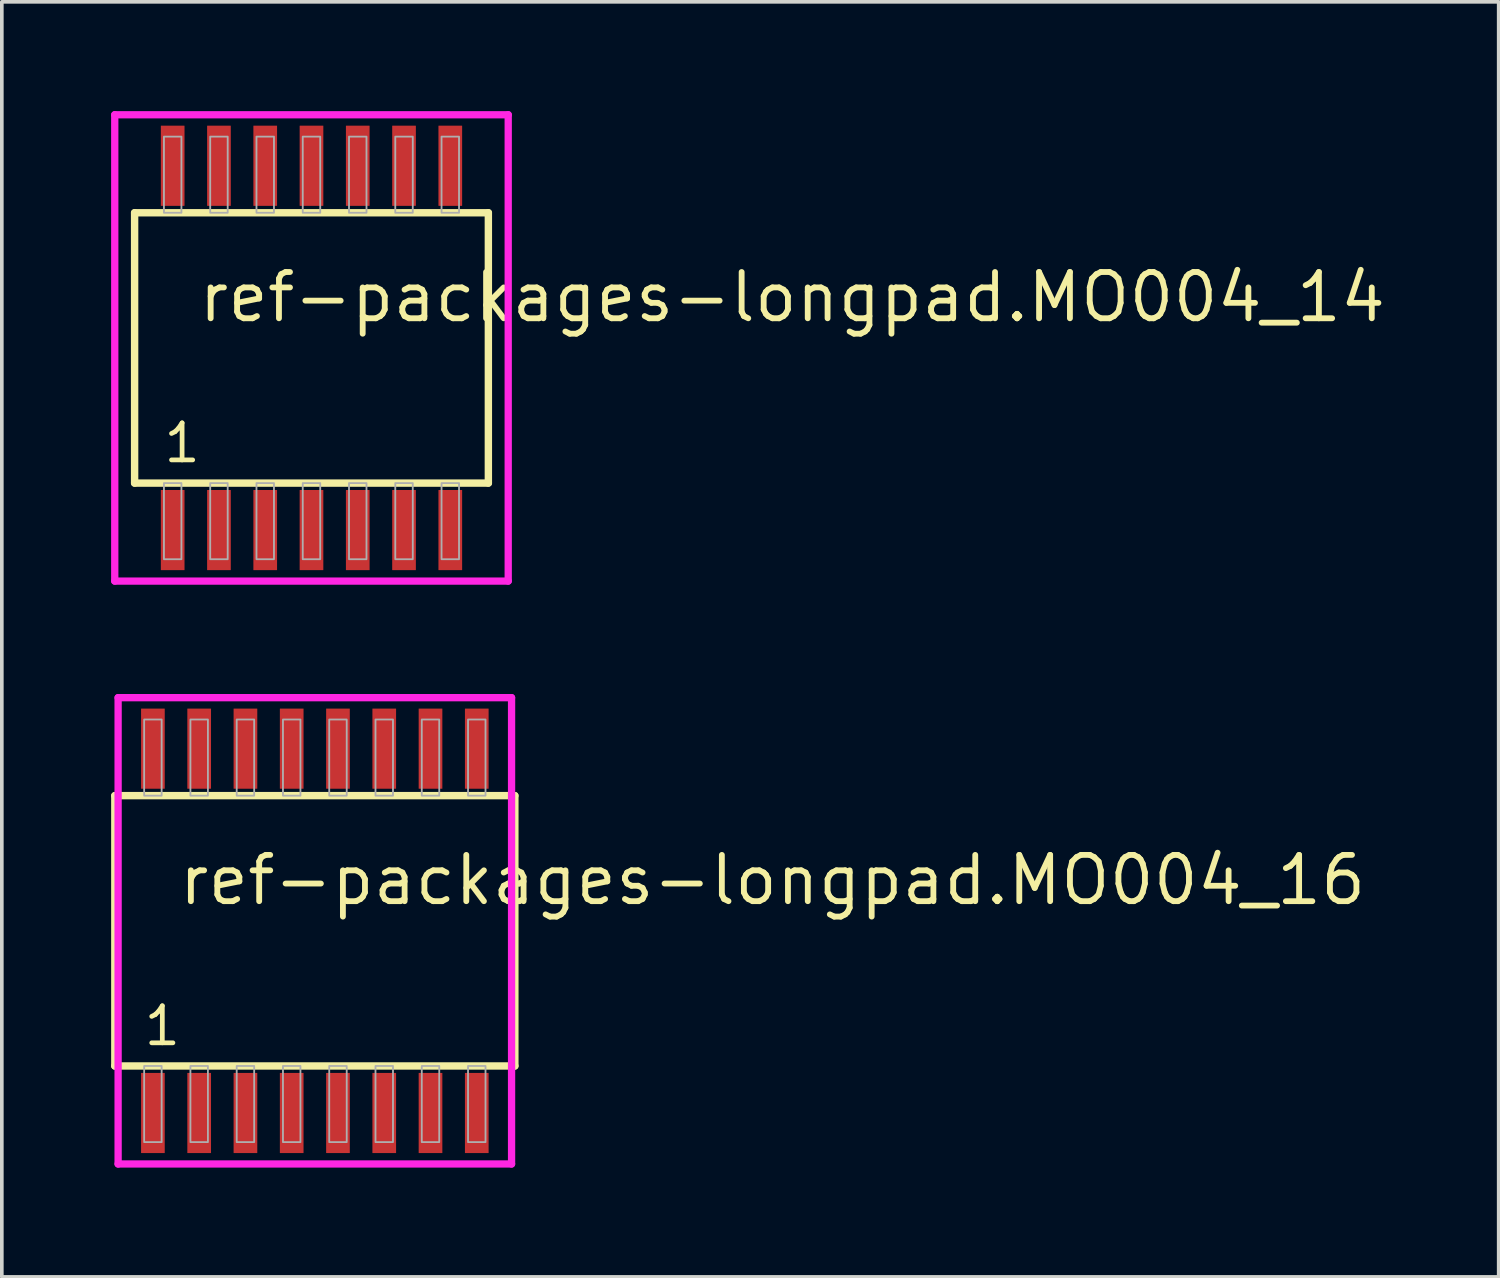
<source format=kicad_pcb>
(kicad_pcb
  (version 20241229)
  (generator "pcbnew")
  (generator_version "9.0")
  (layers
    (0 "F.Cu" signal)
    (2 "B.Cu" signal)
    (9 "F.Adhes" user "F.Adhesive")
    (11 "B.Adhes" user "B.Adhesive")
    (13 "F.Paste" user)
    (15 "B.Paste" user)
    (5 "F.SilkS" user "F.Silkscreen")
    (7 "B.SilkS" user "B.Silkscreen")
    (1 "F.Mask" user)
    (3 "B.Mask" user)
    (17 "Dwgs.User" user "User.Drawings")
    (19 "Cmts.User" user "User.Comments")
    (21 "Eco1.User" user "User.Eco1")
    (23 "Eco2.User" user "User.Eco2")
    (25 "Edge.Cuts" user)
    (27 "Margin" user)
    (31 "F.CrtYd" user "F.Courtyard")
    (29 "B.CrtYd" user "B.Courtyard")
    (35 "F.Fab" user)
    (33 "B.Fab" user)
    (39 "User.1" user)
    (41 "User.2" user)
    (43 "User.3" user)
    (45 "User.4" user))
  (footprint "ref-packages-longpad.MO004_14"
    (layer "F.Cu")
    (at 5.5 6.5)
    (property "Reference" "ref-packages-longpad.MO004_14" (at -3.175 -0.65 0) (layer "F.SilkS") (effects (font (size 1.27 1.27) (thickness 0.16)) (justify left bottom)))
    (attr smd)
    (fp_line (start -4.855 -3.71) (end 4.855 -3.71) (stroke (width 0.203) (type default)) (layer "F.SilkS"))
    (fp_line (start -4.855 3.71) (end -4.855 -3.71) (stroke (width 0.203) (type default)) (layer "F.SilkS"))
    (fp_line (start 4.855 -3.71) (end 4.855 3.71) (stroke (width 0.203) (type default)) (layer "F.SilkS"))
    (fp_line (start 4.855 3.71) (end -4.855 3.71) (stroke (width 0.203) (type default)) (layer "F.SilkS"))
    (fp_line (start -5.4 -6.4) (end 5.4 -6.4) (stroke (width 0.2) (type default)) (layer "F.CrtYd"))
    (fp_line (start -5.4 6.4) (end -5.4 -6.4) (stroke (width 0.2) (type default)) (layer "F.CrtYd"))
    (fp_line (start 5.4 -6.4) (end 5.4 6.4) (stroke (width 0.2) (type default)) (layer "F.CrtYd"))
    (fp_line (start 5.4 6.4) (end -5.4 6.4) (stroke (width 0.2) (type default)) (layer "F.CrtYd"))
    (fp_rect (start -4.05 -3.71) (end -3.57 -5.8) (stroke (width 0.05) (type default)) (fill no) (layer "F.Fab"))
    (fp_rect (start -4.05 5.8) (end -3.57 3.71) (stroke (width 0.05) (type default)) (fill no) (layer "F.Fab"))
    (fp_rect (start -2.78 -3.71) (end -2.3 -5.8) (stroke (width 0.05) (type default)) (fill no) (layer "F.Fab"))
    (fp_rect (start -2.78 5.8) (end -2.3 3.71) (stroke (width 0.05) (type default)) (fill no) (layer "F.Fab"))
    (fp_rect (start -1.51 -3.71) (end -1.03 -5.8) (stroke (width 0.05) (type default)) (fill no) (layer "F.Fab"))
    (fp_rect (start -1.51 5.8) (end -1.03 3.71) (stroke (width 0.05) (type default)) (fill no) (layer "F.Fab"))
    (fp_rect (start -0.24 -3.71) (end 0.24 -5.8) (stroke (width 0.05) (type default)) (fill no) (layer "F.Fab"))
    (fp_rect (start -0.24 5.8) (end 0.24 3.71) (stroke (width 0.05) (type default)) (fill no) (layer "F.Fab"))
    (fp_rect (start 1.03 -3.71) (end 1.51 -5.8) (stroke (width 0.05) (type default)) (fill no) (layer "F.Fab"))
    (fp_rect (start 1.03 5.8) (end 1.51 3.71) (stroke (width 0.05) (type default)) (fill no) (layer "F.Fab"))
    (fp_rect (start 2.3 -3.71) (end 2.78 -5.8) (stroke (width 0.05) (type default)) (fill no) (layer "F.Fab"))
    (fp_rect (start 2.3 5.8) (end 2.78 3.71) (stroke (width 0.05) (type default)) (fill no) (layer "F.Fab"))
    (fp_rect (start 3.57 -3.71) (end 4.05 -5.8) (stroke (width 0.05) (type default)) (fill no) (layer "F.Fab"))
    (fp_rect (start 3.57 5.8) (end 4.05 3.71) (stroke (width 0.05) (type default)) (fill no) (layer "F.Fab"))
    (fp_text user "1" (at -4.121 3.205 0) (layer "F.SilkS") (effects (font (size 1.016 1.016) (thickness 0.13)) (justify left bottom)))
    (pad "1" smd roundrect (at -3.81 5) (size 0.65 2.2) (layers "F.Cu" "F.Mask" "F.Paste") (roundrect_rratio 0.01))
    (pad "2" smd roundrect (at -2.54 5) (size 0.65 2.2) (layers "F.Cu" "F.Mask" "F.Paste") (roundrect_rratio 0.01))
    (pad "3" smd roundrect (at -1.27 5) (size 0.65 2.2) (layers "F.Cu" "F.Mask" "F.Paste") (roundrect_rratio 0.01))
    (pad "4" smd roundrect (at 0 5) (size 0.65 2.2) (layers "F.Cu" "F.Mask" "F.Paste") (roundrect_rratio 0.01))
    (pad "5" smd roundrect (at 1.27 5) (size 0.65 2.2) (layers "F.Cu" "F.Mask" "F.Paste") (roundrect_rratio 0.01))
    (pad "6" smd roundrect (at 2.54 5) (size 0.65 2.2) (layers "F.Cu" "F.Mask" "F.Paste") (roundrect_rratio 0.01))
    (pad "7" smd roundrect (at 3.81 5) (size 0.65 2.2) (layers "F.Cu" "F.Mask" "F.Paste") (roundrect_rratio 0.01))
    (pad "8" smd roundrect (at 3.81 -5) (size 0.65 2.2) (layers "F.Cu" "F.Mask" "F.Paste") (roundrect_rratio 0.01))
    (pad "9" smd roundrect (at 2.54 -5) (size 0.65 2.2) (layers "F.Cu" "F.Mask" "F.Paste") (roundrect_rratio 0.01))
    (pad "10" smd roundrect (at 1.27 -5) (size 0.65 2.2) (layers "F.Cu" "F.Mask" "F.Paste") (roundrect_rratio 0.01))
    (pad "11" smd roundrect (at 0 -5) (size 0.65 2.2) (layers "F.Cu" "F.Mask" "F.Paste") (roundrect_rratio 0.01))
    (pad "12" smd roundrect (at -1.27 -5) (size 0.65 2.2) (layers "F.Cu" "F.Mask" "F.Paste") (roundrect_rratio 0.01))
    (pad "13" smd roundrect (at -2.54 -5) (size 0.65 2.2) (layers "F.Cu" "F.Mask" "F.Paste") (roundrect_rratio 0.01))
    (pad "14" smd roundrect (at -3.81 -5) (size 0.65 2.2) (layers "F.Cu" "F.Mask" "F.Paste") (roundrect_rratio 0.01)))
  (footprint "ref-packages-longpad.MO004_16"
    (layer "F.Cu")
    (at 5.592 22.5)
    (property "Reference" "ref-packages-longpad.MO004_16" (at -3.81 -0.65 0) (layer "F.SilkS") (effects (font (size 1.27 1.27) (thickness 0.16)) (justify left bottom)))
    (attr smd)
    (fp_line (start -5.49 -3.71) (end 5.49 -3.71) (stroke (width 0.203) (type default)) (layer "F.SilkS"))
    (fp_line (start -5.49 3.71) (end -5.49 -3.71) (stroke (width 0.203) (type default)) (layer "F.SilkS"))
    (fp_line (start 5.49 -3.71) (end 5.49 3.71) (stroke (width 0.203) (type default)) (layer "F.SilkS"))
    (fp_line (start 5.49 3.71) (end -5.49 3.71) (stroke (width 0.203) (type default)) (layer "F.SilkS"))
    (fp_line (start -5.4 -6.4) (end 5.4 -6.4) (stroke (width 0.2) (type default)) (layer "F.CrtYd"))
    (fp_line (start -5.4 6.4) (end -5.4 -6.4) (stroke (width 0.2) (type default)) (layer "F.CrtYd"))
    (fp_line (start 5.4 -6.4) (end 5.4 6.4) (stroke (width 0.2) (type default)) (layer "F.CrtYd"))
    (fp_line (start 5.4 6.4) (end -5.4 6.4) (stroke (width 0.2) (type default)) (layer "F.CrtYd"))
    (fp_rect (start -4.685 -3.71) (end -4.205 -5.8) (stroke (width 0.05) (type default)) (fill no) (layer "F.Fab"))
    (fp_rect (start -4.685 5.8) (end -4.205 3.71) (stroke (width 0.05) (type default)) (fill no) (layer "F.Fab"))
    (fp_rect (start -3.415 -3.71) (end -2.935 -5.8) (stroke (width 0.05) (type default)) (fill no) (layer "F.Fab"))
    (fp_rect (start -3.415 5.8) (end -2.935 3.71) (stroke (width 0.05) (type default)) (fill no) (layer "F.Fab"))
    (fp_rect (start -2.145 -3.71) (end -1.665 -5.8) (stroke (width 0.05) (type default)) (fill no) (layer "F.Fab"))
    (fp_rect (start -2.145 5.8) (end -1.665 3.71) (stroke (width 0.05) (type default)) (fill no) (layer "F.Fab"))
    (fp_rect (start -0.875 -3.71) (end -0.395 -5.8) (stroke (width 0.05) (type default)) (fill no) (layer "F.Fab"))
    (fp_rect (start -0.875 5.8) (end -0.395 3.71) (stroke (width 0.05) (type default)) (fill no) (layer "F.Fab"))
    (fp_rect (start 0.395 -3.71) (end 0.875 -5.8) (stroke (width 0.05) (type default)) (fill no) (layer "F.Fab"))
    (fp_rect (start 0.395 5.8) (end 0.875 3.71) (stroke (width 0.05) (type default)) (fill no) (layer "F.Fab"))
    (fp_rect (start 1.665 -3.71) (end 2.145 -5.8) (stroke (width 0.05) (type default)) (fill no) (layer "F.Fab"))
    (fp_rect (start 1.665 5.8) (end 2.145 3.71) (stroke (width 0.05) (type default)) (fill no) (layer "F.Fab"))
    (fp_rect (start 2.935 -3.71) (end 3.415 -5.8) (stroke (width 0.05) (type default)) (fill no) (layer "F.Fab"))
    (fp_rect (start 2.935 5.8) (end 3.415 3.71) (stroke (width 0.05) (type default)) (fill no) (layer "F.Fab"))
    (fp_rect (start 4.205 -3.71) (end 4.685 -5.8) (stroke (width 0.05) (type default)) (fill no) (layer "F.Fab"))
    (fp_rect (start 4.205 5.8) (end 4.685 3.71) (stroke (width 0.05) (type default)) (fill no) (layer "F.Fab"))
    (fp_text user "1" (at -4.756 3.205 0) (layer "F.SilkS") (effects (font (size 1.016 1.016) (thickness 0.13)) (justify left bottom)))
    (pad "1" smd roundrect (at -4.445 5) (size 0.65 2.2) (layers "F.Cu" "F.Mask" "F.Paste") (roundrect_rratio 0.01))
    (pad "2" smd roundrect (at -3.175 5) (size 0.65 2.2) (layers "F.Cu" "F.Mask" "F.Paste") (roundrect_rratio 0.01))
    (pad "3" smd roundrect (at -1.905 5) (size 0.65 2.2) (layers "F.Cu" "F.Mask" "F.Paste") (roundrect_rratio 0.01))
    (pad "4" smd roundrect (at -0.635 5) (size 0.65 2.2) (layers "F.Cu" "F.Mask" "F.Paste") (roundrect_rratio 0.01))
    (pad "5" smd roundrect (at 0.635 5) (size 0.65 2.2) (layers "F.Cu" "F.Mask" "F.Paste") (roundrect_rratio 0.01))
    (pad "6" smd roundrect (at 1.905 5) (size 0.65 2.2) (layers "F.Cu" "F.Mask" "F.Paste") (roundrect_rratio 0.01))
    (pad "7" smd roundrect (at 3.175 5) (size 0.65 2.2) (layers "F.Cu" "F.Mask" "F.Paste") (roundrect_rratio 0.01))
    (pad "8" smd roundrect (at 4.445 5) (size 0.65 2.2) (layers "F.Cu" "F.Mask" "F.Paste") (roundrect_rratio 0.01))
    (pad "9" smd roundrect (at 4.445 -5) (size 0.65 2.2) (layers "F.Cu" "F.Mask" "F.Paste") (roundrect_rratio 0.01))
    (pad "10" smd roundrect (at 3.175 -5) (size 0.65 2.2) (layers "F.Cu" "F.Mask" "F.Paste") (roundrect_rratio 0.01))
    (pad "11" smd roundrect (at 1.905 -5) (size 0.65 2.2) (layers "F.Cu" "F.Mask" "F.Paste") (roundrect_rratio 0.01))
    (pad "12" smd roundrect (at 0.635 -5) (size 0.65 2.2) (layers "F.Cu" "F.Mask" "F.Paste") (roundrect_rratio 0.01))
    (pad "13" smd roundrect (at -0.635 -5) (size 0.65 2.2) (layers "F.Cu" "F.Mask" "F.Paste") (roundrect_rratio 0.01))
    (pad "14" smd roundrect (at -1.905 -5) (size 0.65 2.2) (layers "F.Cu" "F.Mask" "F.Paste") (roundrect_rratio 0.01))
    (pad "15" smd roundrect (at -3.175 -5) (size 0.65 2.2) (layers "F.Cu" "F.Mask" "F.Paste") (roundrect_rratio 0.01))
    (pad "16" smd roundrect (at -4.445 -5) (size 0.65 2.2) (layers "F.Cu" "F.Mask" "F.Paste") (roundrect_rratio 0.01)))
  (gr_rect
    (start -3 -3)
    (end 38.087 32)
    (stroke (width 0.1) (type default))
    (fill no)
    (layer "Edge.Cuts")))
</source>
